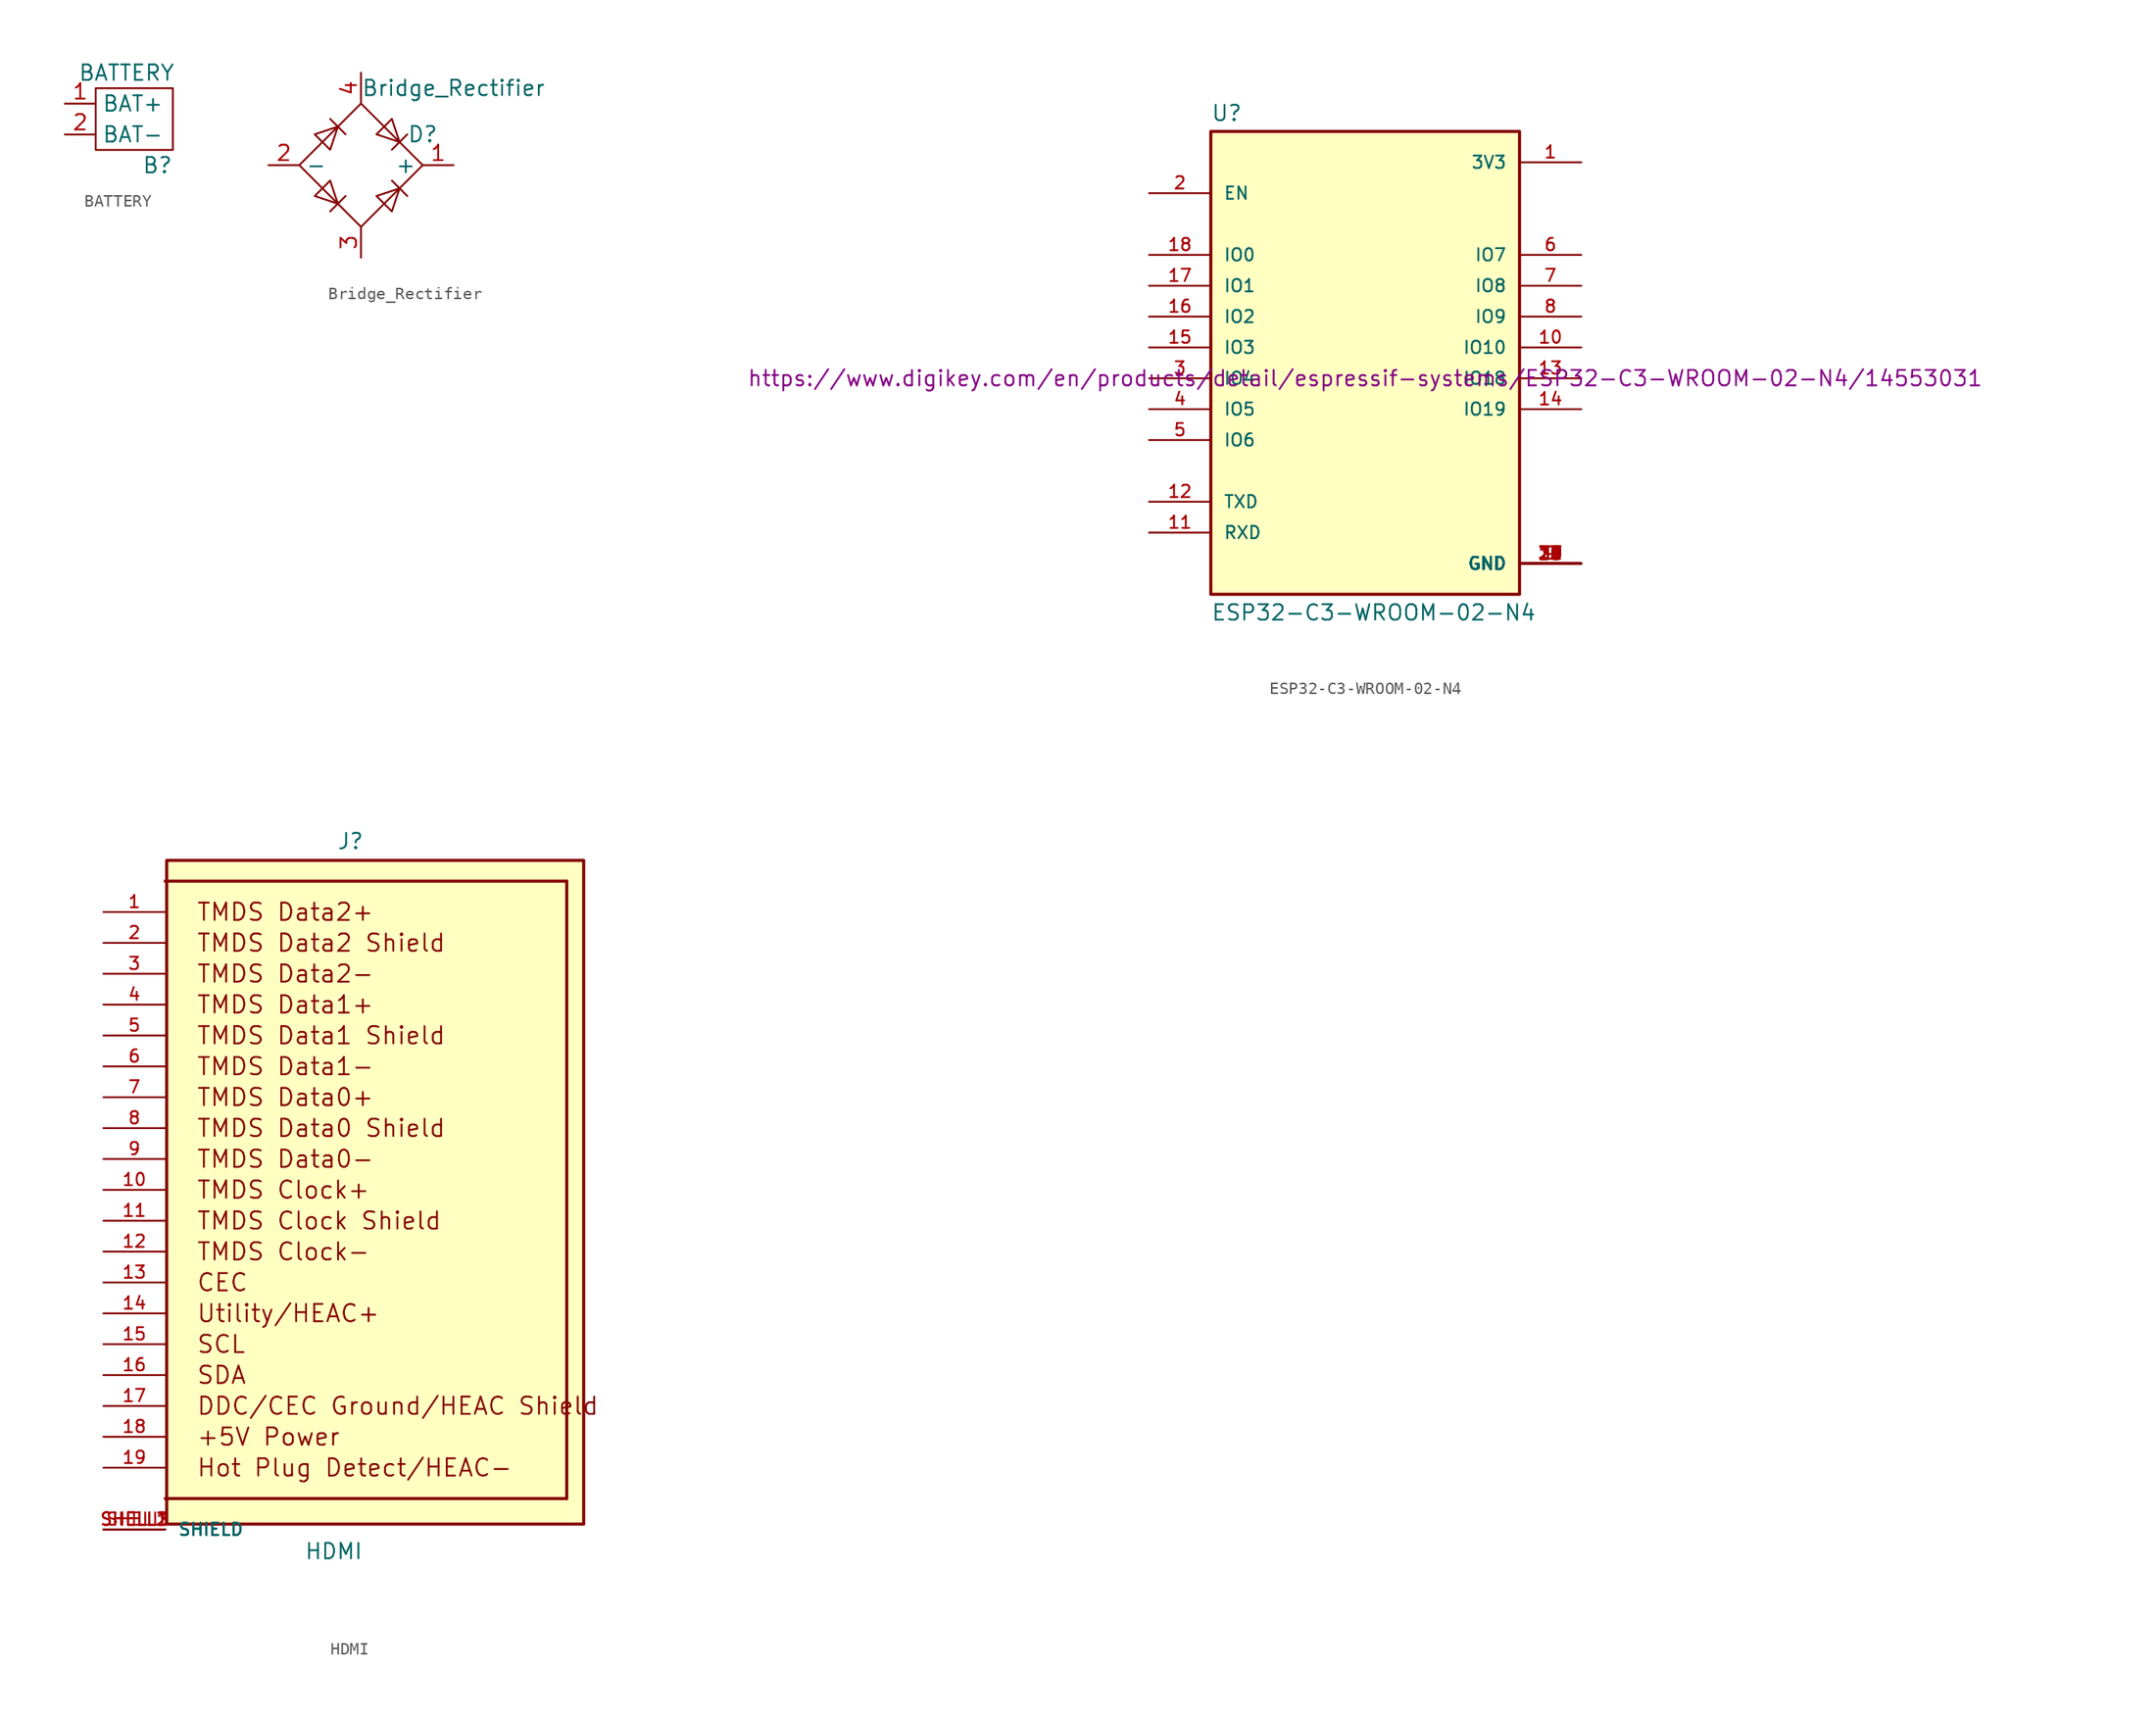
<source format=kicad_sym>
(kicad_symbol_lib
  (version 20241209)
  (generator "kicad_symbol_editor")
  (generator_version "9.0")
  (symbol "BATTERY"
    (property "Reference" "B"
      (at 5.08 -3.81 0)
      (effects (font (size 1.27 1.27))))
    (property "Value" "BATTERY"
      (at 2.54 3.81 0)
      (effects (font (size 1.27 1.27))))
    (symbol "BATTERY_0_1"
      (rectangle (start 0 2.54) (end 6.35 -2.54) (stroke (width 0) (type default)) (fill (type none))))
    (symbol "BATTERY_1_1"
      (pin output line (at -2.54 1.27 0) (length 2.54) (name "BAT+" (effects (font (size 1.27 1.27)))) (number "1" (effects (font (size 1.27 1.27)))))
      (pin output line (at -2.54 -1.27 0) (length 2.54) (name "BAT-" (effects (font (size 1.27 1.27)))) (number "2" (effects (font (size 1.27 1.27)))))))
  (symbol "Bridge_Rectifier"
    (property "Reference" "D"
      (at 5.08 2.54 0)
      (effects (font (size 1.27 1.27))))
    (property "Value" "Bridge_Rectifier"
      (at 7.62 6.35 0)
      (effects (font (size 1.27 1.27))))
    (symbol "Bridge_Rectifier_0_1"
      (polyline (pts (xy -5.08 0) (xy 0 -5.08) (xy 5.08 0) (xy 0 5.08) (xy -5.08 0)) (stroke (width 0) (type default)) (fill (type none)))
      (polyline (pts (xy -3.81 2.54) (xy -2.54 1.27) (xy -1.905 3.175) (xy -3.81 2.54)) (stroke (width 0) (type default)) (fill (type none)))
      (polyline (pts (xy -2.54 3.81) (xy -1.27 2.54)) (stroke (width 0) (type default)) (fill (type none)))
      (polyline (pts (xy -2.54 -1.27) (xy -3.81 -2.54) (xy -1.905 -3.175) (xy -2.54 -1.27)) (stroke (width 0) (type default)) (fill (type none)))
      (polyline (pts (xy -1.27 -2.54) (xy -2.54 -3.81)) (stroke (width 0) (type default)) (fill (type none)))
      (polyline (pts (xy 1.27 2.54) (xy 2.54 3.81) (xy 3.175 1.905) (xy 1.27 2.54)) (stroke (width 0) (type default)) (fill (type none)))
      (polyline (pts (xy 2.54 1.27) (xy 3.81 2.54)) (stroke (width 0) (type default)) (fill (type none)))
      (polyline (pts (xy 2.54 -1.27) (xy 3.81 -2.54)) (stroke (width 0) (type default)) (fill (type none)))
      (polyline (pts (xy 3.175 -1.905) (xy 1.27 -2.54) (xy 2.54 -3.81) (xy 3.175 -1.905)) (stroke (width 0) (type default)) (fill (type none))))
    (symbol "Bridge_Rectifier_1_1"
      (pin passive line (at -7.62 0 0) (length 2.54) (name "-" (effects (font (size 1.27 1.27)))) (number "2" (effects (font (size 1.27 1.27)))))
      (pin passive line (at 0 7.62 270) (length 2.54) (name "~" (effects (font (size 1.27 1.27)))) (number "4" (effects (font (size 1.27 1.27)))))
      (pin passive line (at 0 -7.62 90) (length 2.54) (name "~" (effects (font (size 1.27 1.27)))) (number "3" (effects (font (size 1.27 1.27)))))
      (pin passive line (at 7.62 0 180) (length 2.54) (name "+" (effects (font (size 1.27 1.27)))) (number "1" (effects (font (size 1.27 1.27)))))))
  (symbol "ESP32-C3-WROOM-02-N4"
    (pin_names
      (offset 1.016))
    (property "Reference" "U"
      (at -12.7 21.082 0)
      (effects (font (size 1.27 1.27)) (justify left bottom)))
    (property "Value" "ESP32-C3-WROOM-02-N4"
      (at -12.7 -18.542 0)
      (effects (font (size 1.27 1.27)) (justify left top)))
    (property "link" "https://www.digikey.com/en/products/detail/espressif-systems/ESP32-C3-WROOM-02-N4/14553031"
      (at 0 0 0)
      (effects (font (size 1.27 1.27))))
    (symbol "ESP32-C3-WROOM-02-N4_0_0"
      (rectangle (start -12.7 -17.78) (end 12.7 20.32) (stroke (width 0.254) (type default)) (fill (type background)))
      (pin input line (at -17.78 15.24 0) (length 5.08) (name "EN" (effects (font (size 1.016 1.016)))) (number "2" (effects (font (size 1.016 1.016)))))
      (pin bidirectional line (at -17.78 10.16 0) (length 5.08) (name "IO0" (effects (font (size 1.016 1.016)))) (number "18" (effects (font (size 1.016 1.016)))))
      (pin bidirectional line (at -17.78 7.62 0) (length 5.08) (name "IO1" (effects (font (size 1.016 1.016)))) (number "17" (effects (font (size 1.016 1.016)))))
      (pin bidirectional line (at -17.78 5.08 0) (length 5.08) (name "IO2" (effects (font (size 1.016 1.016)))) (number "16" (effects (font (size 1.016 1.016)))))
      (pin bidirectional line (at -17.78 2.54 0) (length 5.08) (name "IO3" (effects (font (size 1.016 1.016)))) (number "15" (effects (font (size 1.016 1.016)))))
      (pin bidirectional line (at -17.78 0 0) (length 5.08) (name "IO4" (effects (font (size 1.016 1.016)))) (number "3" (effects (font (size 1.016 1.016)))))
      (pin bidirectional line (at -17.78 -2.54 0) (length 5.08) (name "IO5" (effects (font (size 1.016 1.016)))) (number "4" (effects (font (size 1.016 1.016)))))
      (pin bidirectional line (at -17.78 -5.08 0) (length 5.08) (name "IO6" (effects (font (size 1.016 1.016)))) (number "5" (effects (font (size 1.016 1.016)))))
      (pin bidirectional line (at -17.78 -10.16 0) (length 5.08) (name "TXD" (effects (font (size 1.016 1.016)))) (number "12" (effects (font (size 1.016 1.016)))))
      (pin bidirectional line (at -17.78 -12.7 0) (length 5.08) (name "RXD" (effects (font (size 1.016 1.016)))) (number "11" (effects (font (size 1.016 1.016)))))
      (pin power_in line (at 17.78 17.78 180) (length 5.08) (name "3V3" (effects (font (size 1.016 1.016)))) (number "1" (effects (font (size 1.016 1.016)))))
      (pin bidirectional line (at 17.78 10.16 180) (length 5.08) (name "IO7" (effects (font (size 1.016 1.016)))) (number "6" (effects (font (size 1.016 1.016)))))
      (pin bidirectional line (at 17.78 7.62 180) (length 5.08) (name "IO8" (effects (font (size 1.016 1.016)))) (number "7" (effects (font (size 1.016 1.016)))))
      (pin bidirectional line (at 17.78 5.08 180) (length 5.08) (name "IO9" (effects (font (size 1.016 1.016)))) (number "8" (effects (font (size 1.016 1.016)))))
      (pin bidirectional line (at 17.78 2.54 180) (length 5.08) (name "IO10" (effects (font (size 1.016 1.016)))) (number "10" (effects (font (size 1.016 1.016)))))
      (pin bidirectional line (at 17.78 0 180) (length 5.08) (name "IO18" (effects (font (size 1.016 1.016)))) (number "13" (effects (font (size 1.016 1.016)))))
      (pin bidirectional line (at 17.78 -2.54 180) (length 5.08) (name "IO19" (effects (font (size 1.016 1.016)))) (number "14" (effects (font (size 1.016 1.016)))))
      (pin power_in line (at 17.78 -15.24 180) (length 5.08) (name "GND" (effects (font (size 1.016 1.016)))) (number "19" (effects (font (size 1.016 1.016)))))
      (pin power_in line (at 17.78 -15.24 180) (length 5.08) (name "GND" (effects (font (size 1.016 1.016)))) (number "20" (effects (font (size 1.016 1.016)))))
      (pin power_in line (at 17.78 -15.24 180) (length 5.08) (name "GND" (effects (font (size 1.016 1.016)))) (number "21" (effects (font (size 1.016 1.016)))))
      (pin power_in line (at 17.78 -15.24 180) (length 5.08) (name "GND" (effects (font (size 1.016 1.016)))) (number "22" (effects (font (size 1.016 1.016)))))
      (pin power_in line (at 17.78 -15.24 180) (length 5.08) (name "GND" (effects (font (size 1.016 1.016)))) (number "23" (effects (font (size 1.016 1.016)))))
      (pin power_in line (at 17.78 -15.24 180) (length 5.08) (name "GND" (effects (font (size 1.016 1.016)))) (number "24" (effects (font (size 1.016 1.016)))))
      (pin power_in line (at 17.78 -15.24 180) (length 5.08) (name "GND" (effects (font (size 1.016 1.016)))) (number "25" (effects (font (size 1.016 1.016)))))
      (pin power_in line (at 17.78 -15.24 180) (length 5.08) (name "GND" (effects (font (size 1.016 1.016)))) (number "26" (effects (font (size 1.016 1.016)))))
      (pin power_in line (at 17.78 -15.24 180) (length 5.08) (name "GND" (effects (font (size 1.016 1.016)))) (number "27" (effects (font (size 1.016 1.016)))))
      (pin power_in line (at 17.78 -15.24 180) (length 5.08) (name "GND" (effects (font (size 1.016 1.016)))) (number "28" (effects (font (size 1.016 1.016)))))
      (pin power_in line (at 17.78 -15.24 180) (length 5.08) (name "GND" (effects (font (size 1.016 1.016)))) (number "29" (effects (font (size 1.016 1.016)))))
      (pin power_in line (at 17.78 -15.24 180) (length 5.08) (name "GND" (effects (font (size 1.016 1.016)))) (number "30" (effects (font (size 1.016 1.016)))))
      (pin power_in line (at 17.78 -15.24 180) (length 5.08) (name "GND" (effects (font (size 1.016 1.016)))) (number "31" (effects (font (size 1.016 1.016)))))
      (pin power_in line (at 17.78 -15.24 180) (length 5.08) (name "GND" (effects (font (size 1.016 1.016)))) (number "32" (effects (font (size 1.016 1.016)))))
      (pin power_in line (at 17.78 -15.24 180) (length 5.08) (name "GND" (effects (font (size 1.016 1.016)))) (number "33" (effects (font (size 1.016 1.016)))))
      (pin power_in line (at 17.78 -15.24 180) (length 5.08) (name "GND" (effects (font (size 1.016 1.016)))) (number "34" (effects (font (size 1.016 1.016)))))
      (pin power_in line (at 17.78 -15.24 180) (length 5.08) (name "GND" (effects (font (size 1.016 1.016)))) (number "35" (effects (font (size 1.016 1.016)))))
      (pin power_in line (at 17.78 -15.24 180) (length 5.08) (name "GND" (effects (font (size 1.016 1.016)))) (number "36" (effects (font (size 1.016 1.016)))))
      (pin power_in line (at 17.78 -15.24 180) (length 5.08) (name "GND" (effects (font (size 1.016 1.016)))) (number "37" (effects (font (size 1.016 1.016)))))
      (pin power_in line (at 17.78 -15.24 180) (length 5.08) (name "GND" (effects (font (size 1.016 1.016)))) (number "38" (effects (font (size 1.016 1.016)))))
      (pin power_in line (at 17.78 -15.24 180) (length 5.08) (name "GND" (effects (font (size 1.016 1.016)))) (number "39" (effects (font (size 1.016 1.016)))))
      (pin power_in line (at 17.78 -15.24 180) (length 5.08) (name "GND" (effects (font (size 1.016 1.016)))) (number "9" (effects (font (size 1.016 1.016)))))))
  (symbol "HDMI"
    (pin_names
      (offset 1.016))
    (property "Reference" "J"
      (at 0 27.94 0)
      (effects (font (size 1.27 1.27)) (justify bottom)))
    (property "Value" "HDMI"
      (at -3.81 -30.48 0)
      (effects (font (size 1.27 1.27)) (justify left bottom)))
    (symbol "HDMI_0_0"
      (polyline (pts (xy -15.24 -25.4) (xy 17.78 -25.4)) (stroke (width 0.254) (type default)) (fill (type none)))
      (rectangle (start -15.115 -27.504) (end 19.175 27.106) (stroke (width 0.254) (type default)) (fill (type background)))
      (polyline (pts (xy 17.78 25.4) (xy -15.24 25.4)) (stroke (width 0.254) (type default)) (fill (type none)))
      (polyline (pts (xy 17.78 -25.4) (xy 17.78 25.4)) (stroke (width 0.254) (type default)) (fill (type none)))
      (text "TMDS Data2+" (at -12.7 22.86 0) (effects (font (size 1.422 1.422)) (justify left)))
      (text "TMDS Data2 Shield" (at -12.7 20.32 0) (effects (font (size 1.422 1.422)) (justify left)))
      (text "TMDS Data2-" (at -12.7 17.78 0) (effects (font (size 1.422 1.422)) (justify left)))
      (text "TMDS Data1+" (at -12.7 15.24 0) (effects (font (size 1.422 1.422)) (justify left)))
      (text "TMDS Data1 Shield" (at -12.7 12.7 0) (effects (font (size 1.422 1.422)) (justify left)))
      (text "TMDS Data1-" (at -12.7 10.16 0) (effects (font (size 1.422 1.422)) (justify left)))
      (text "TMDS Data0+" (at -12.7 7.62 0) (effects (font (size 1.422 1.422)) (justify left)))
      (text "TMDS Data0 Shield" (at -12.7 5.08 0) (effects (font (size 1.422 1.422)) (justify left)))
      (text "TMDS Data0-" (at -12.7 2.54 0) (effects (font (size 1.422 1.422)) (justify left)))
      (text "TMDS Clock+" (at -12.7 0 0) (effects (font (size 1.422 1.422)) (justify left)))
      (text "TMDS Clock Shield" (at -12.7 -2.54 0) (effects (font (size 1.422 1.422)) (justify left)))
      (text "TMDS Clock-" (at -12.7 -5.08 0) (effects (font (size 1.422 1.422)) (justify left)))
      (text "CEC" (at -12.7 -7.62 0) (effects (font (size 1.422 1.422)) (justify left)))
      (text "Utility/HEAC+" (at -12.7 -10.16 0) (effects (font (size 1.422 1.422)) (justify left)))
      (text "SCL" (at -12.7 -12.7 0) (effects (font (size 1.422 1.422)) (justify left)))
      (text "SDA" (at -12.7 -15.24 0) (effects (font (size 1.422 1.422)) (justify left)))
      (text "DDC/CEC Ground/HEAC Shield" (at -12.7 -17.78 0) (effects (font (size 1.422 1.422)) (justify left)))
      (text "+5V Power" (at -12.7 -20.32 0) (effects (font (size 1.422 1.422)) (justify left)))
      (text "Hot Plug Detect/HEAC-" (at -12.7 -22.86 0) (effects (font (size 1.422 1.422)) (justify left)))
      (pin passive line (at -20.32 22.86 0) (length 5.08) (name "~" (effects (font (size 1.016 1.016)))) (number "1" (effects (font (size 1.016 1.016)))))
      (pin passive line (at -20.32 20.32 0) (length 5.08) (name "~" (effects (font (size 1.016 1.016)))) (number "2" (effects (font (size 1.016 1.016)))))
      (pin passive line (at -20.32 17.78 0) (length 5.08) (name "~" (effects (font (size 1.016 1.016)))) (number "3" (effects (font (size 1.016 1.016)))))
      (pin passive line (at -20.32 15.24 0) (length 5.08) (name "~" (effects (font (size 1.016 1.016)))) (number "4" (effects (font (size 1.016 1.016)))))
      (pin passive line (at -20.32 12.7 0) (length 5.08) (name "~" (effects (font (size 1.016 1.016)))) (number "5" (effects (font (size 1.016 1.016)))))
      (pin passive line (at -20.32 10.16 0) (length 5.08) (name "~" (effects (font (size 1.016 1.016)))) (number "6" (effects (font (size 1.016 1.016)))))
      (pin passive line (at -20.32 7.62 0) (length 5.08) (name "~" (effects (font (size 1.016 1.016)))) (number "7" (effects (font (size 1.016 1.016)))))
      (pin passive line (at -20.32 5.08 0) (length 5.08) (name "~" (effects (font (size 1.016 1.016)))) (number "8" (effects (font (size 1.016 1.016)))))
      (pin passive line (at -20.32 2.54 0) (length 5.08) (name "~" (effects (font (size 1.016 1.016)))) (number "9" (effects (font (size 1.016 1.016)))))
      (pin passive line (at -20.32 0 0) (length 5.08) (name "~" (effects (font (size 1.016 1.016)))) (number "10" (effects (font (size 1.016 1.016)))))
      (pin passive line (at -20.32 -2.54 0) (length 5.08) (name "~" (effects (font (size 1.016 1.016)))) (number "11" (effects (font (size 1.016 1.016)))))
      (pin passive line (at -20.32 -5.08 0) (length 5.08) (name "~" (effects (font (size 1.016 1.016)))) (number "12" (effects (font (size 1.016 1.016)))))
      (pin passive line (at -20.32 -7.62 0) (length 5.08) (name "~" (effects (font (size 1.016 1.016)))) (number "13" (effects (font (size 1.016 1.016)))))
      (pin passive line (at -20.32 -10.16 0) (length 5.08) (name "~" (effects (font (size 1.016 1.016)))) (number "14" (effects (font (size 1.016 1.016)))))
      (pin passive line (at -20.32 -12.7 0) (length 5.08) (name "~" (effects (font (size 1.016 1.016)))) (number "15" (effects (font (size 1.016 1.016)))))
      (pin passive line (at -20.32 -15.24 0) (length 5.08) (name "~" (effects (font (size 1.016 1.016)))) (number "16" (effects (font (size 1.016 1.016)))))
      (pin passive line (at -20.32 -17.78 0) (length 5.08) (name "~" (effects (font (size 1.016 1.016)))) (number "17" (effects (font (size 1.016 1.016)))))
      (pin power_in line (at -20.32 -20.32 0) (length 5.08) (name "~" (effects (font (size 1.016 1.016)))) (number "18" (effects (font (size 1.016 1.016)))))
      (pin passive line (at -20.32 -22.86 0) (length 5.08) (name "~" (effects (font (size 1.016 1.016)))) (number "19" (effects (font (size 1.016 1.016)))))
      (pin passive line (at -20.32 -27.94 0) (length 5.08) (name "SHIELD" (effects (font (size 1.016 1.016)))) (number "SHELL" (effects (font (size 1.016 1.016)))))
      (pin passive line (at -20.32 -27.94 0) (length 5.08) (name "SHIELD" (effects (font (size 1.016 1.016)))) (number "SHELL1" (effects (font (size 1.016 1.016)))))
      (pin passive line (at -20.32 -27.94 0) (length 5.08) (name "SHIELD" (effects (font (size 1.016 1.016)))) (number "SHELL2" (effects (font (size 1.016 1.016)))))
      (pin passive line (at -20.32 -27.94 0) (length 5.08) (name "SHIELD" (effects (font (size 1.016 1.016)))) (number "SHELL3" (effects (font (size 1.016 1.016))))))))
</source>
